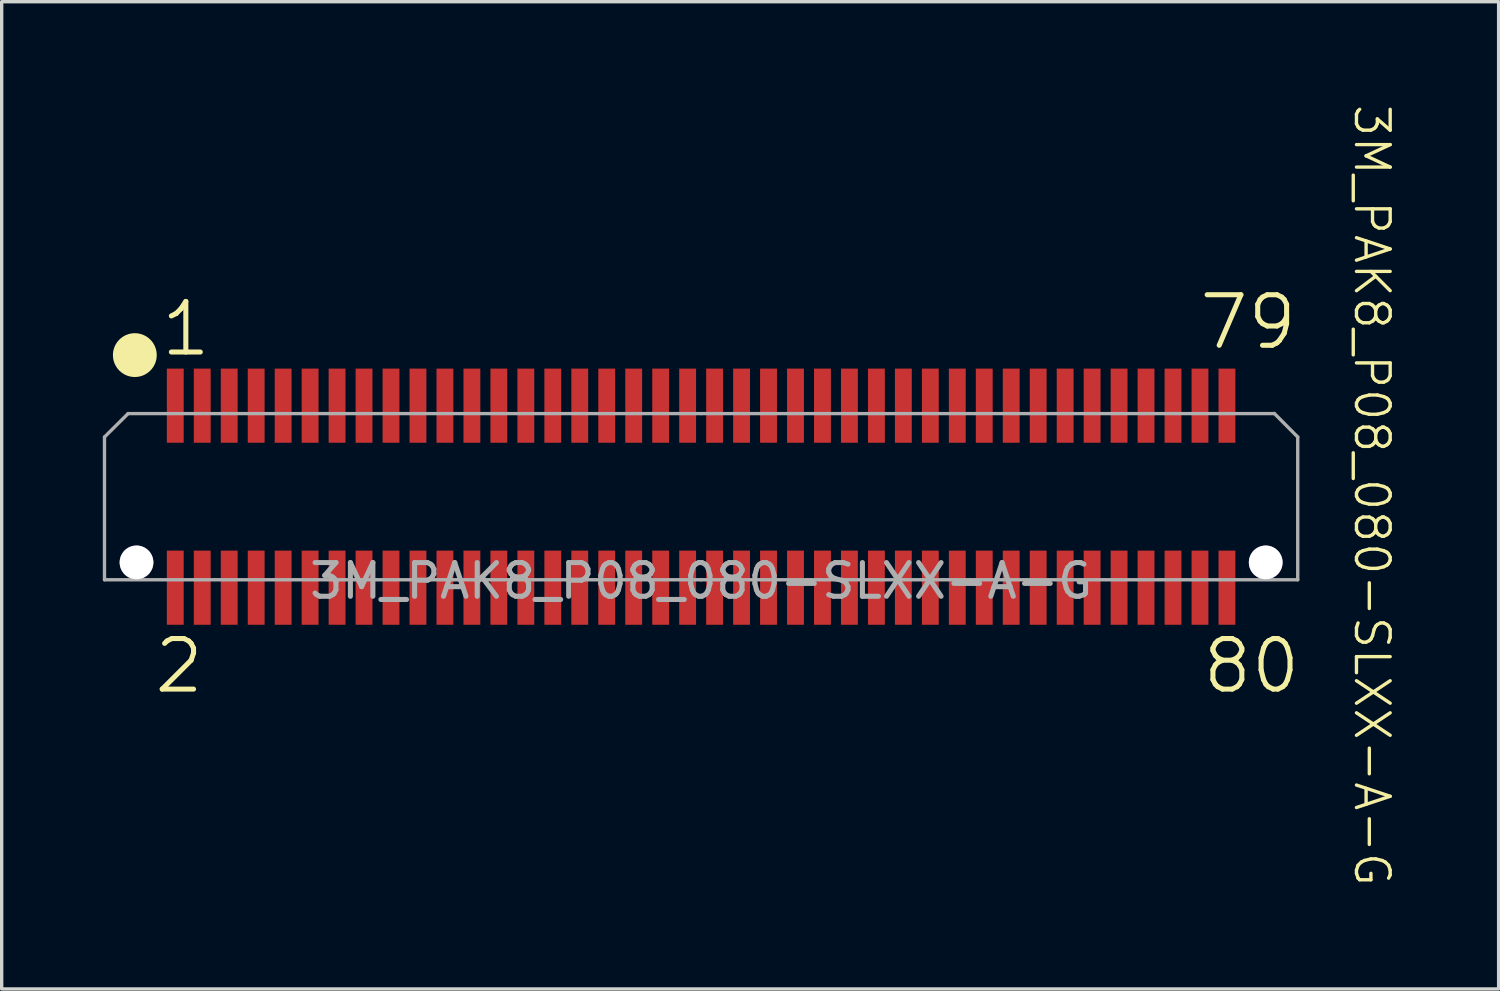
<source format=kicad_pcb>
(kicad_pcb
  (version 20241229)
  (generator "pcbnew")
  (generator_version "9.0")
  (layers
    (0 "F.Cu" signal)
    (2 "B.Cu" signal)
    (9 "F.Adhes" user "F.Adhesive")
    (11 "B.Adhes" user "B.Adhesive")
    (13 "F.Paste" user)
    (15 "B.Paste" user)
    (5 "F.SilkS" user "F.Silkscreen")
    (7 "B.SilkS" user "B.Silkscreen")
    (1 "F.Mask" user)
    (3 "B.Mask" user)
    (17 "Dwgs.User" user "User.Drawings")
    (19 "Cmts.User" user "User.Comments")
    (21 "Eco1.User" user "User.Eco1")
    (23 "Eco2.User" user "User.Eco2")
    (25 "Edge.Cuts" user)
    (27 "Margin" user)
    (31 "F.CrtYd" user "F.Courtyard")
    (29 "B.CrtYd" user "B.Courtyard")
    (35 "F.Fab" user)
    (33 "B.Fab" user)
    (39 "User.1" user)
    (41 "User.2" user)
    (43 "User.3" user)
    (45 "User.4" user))
  (footprint "3M_PAK8_P08_080-SLXX-A-G"
    (layer "F.Cu")
    (at 17.75 11.685)
    (property "Reference" "3M_PAK8_P08_080-SLXX-A-G" (at 19.9 -0.04 270) (unlocked yes) (layer "F.SilkS") (effects (font (size 1 1) (thickness 0.1))))
    (attr smd)
    (fp_circle (center -16.8 -4.2) (end -16.8 -3.6) (stroke (width 0.1) (type default)) (fill yes) (layer "F.SilkS"))
    (fp_line (start -17.7 -1.77) (end -17 -2.465) (stroke (width 0.1) (type default)) (layer "F.Fab"))
    (fp_line (start -17.7 2.465) (end -17.7 -1.77) (stroke (width 0.1) (type default)) (layer "F.Fab"))
    (fp_line (start 0 -2.465) (end -17 -2.465) (stroke (width 0.1) (type default)) (layer "F.Fab"))
    (fp_line (start 0 2.465) (end -17.7 2.465) (stroke (width 0.1) (type default)) (layer "F.Fab"))
    (fp_line (start 17 -2.465) (end 0 -2.465) (stroke (width 0.1) (type default)) (layer "F.Fab"))
    (fp_line (start 17.7 -1.77) (end 17.005 -2.47) (stroke (width 0.1) (type default)) (layer "F.Fab"))
    (fp_line (start 17.7 2.465) (end 0 2.465) (stroke (width 0.1) (type default)) (layer "F.Fab"))
    (fp_line (start 17.7 2.465) (end 17.7 -1.77) (stroke (width 0.1) (type default)) (layer "F.Fab"))
    (fp_text user "80" (at 14.8 5.9 0) (unlocked yes) (layer "F.SilkS") (effects (font (size 1.5 1.5) (thickness 0.15)) (justify left bottom)))
    (fp_text user "2" (at -16.3 5.9 0) (unlocked yes) (layer "F.SilkS") (effects (font (size 1.5 1.5) (thickness 0.15)) (justify left bottom)))
    (fp_text user "79" (at 14.7 -4.3 0) (unlocked yes) (layer "F.SilkS") (effects (font (size 1.5 1.5) (thickness 0.15)) (justify left bottom)))
    (fp_text user "1" (at -16.1 -4.1 0) (unlocked yes) (layer "F.SilkS") (effects (font (size 1.5 1.5) (thickness 0.15)) (justify left bottom)))
    (fp_text user "${REFERENCE}" (at 0 2.5 0) (unlocked yes) (layer "F.Fab") (effects (font (size 1 1) (thickness 0.15))))
    (pad "0" thru_hole circle (at -16.75 1.95) (size 1 1) (drill 1) (layers "*.Cu" "*.Mask"))
    (pad "0" thru_hole circle (at 16.75 1.95) (size 1 1) (drill 1) (layers "*.Cu" "*.Mask"))
    (pad "1" smd rect (at -15.6 -2.7) (size 0.5 2.2) (layers "F.Cu" "F.Mask" "F.Paste"))
    (pad "2" smd rect (at -15.6 2.7) (size 0.5 2.2) (layers "F.Cu" "F.Mask" "F.Paste"))
    (pad "3" smd rect (at -14.8 -2.7) (size 0.5 2.2) (layers "F.Cu" "F.Mask" "F.Paste"))
    (pad "4" smd rect (at -14.8 2.7) (size 0.5 2.2) (layers "F.Cu" "F.Mask" "F.Paste"))
    (pad "5" smd rect (at -14 -2.7) (size 0.5 2.2) (layers "F.Cu" "F.Mask" "F.Paste"))
    (pad "6" smd rect (at -14 2.7) (size 0.5 2.2) (layers "F.Cu" "F.Mask" "F.Paste"))
    (pad "7" smd rect (at -13.2 -2.7) (size 0.5 2.2) (layers "F.Cu" "F.Mask" "F.Paste"))
    (pad "8" smd rect (at -13.2 2.7) (size 0.5 2.2) (layers "F.Cu" "F.Mask" "F.Paste"))
    (pad "9" smd rect (at -12.4 -2.7) (size 0.5 2.2) (layers "F.Cu" "F.Mask" "F.Paste"))
    (pad "10" smd rect (at -12.4 2.7) (size 0.5 2.2) (layers "F.Cu" "F.Mask" "F.Paste"))
    (pad "11" smd rect (at -11.6 -2.7) (size 0.5 2.2) (layers "F.Cu" "F.Mask" "F.Paste"))
    (pad "12" smd rect (at -11.6 2.7) (size 0.5 2.2) (layers "F.Cu" "F.Mask" "F.Paste"))
    (pad "13" smd rect (at -10.8 -2.7) (size 0.5 2.2) (layers "F.Cu" "F.Mask" "F.Paste"))
    (pad "14" smd rect (at -10.8 2.7) (size 0.5 2.2) (layers "F.Cu" "F.Mask" "F.Paste"))
    (pad "15" smd rect (at -10 -2.7) (size 0.5 2.2) (layers "F.Cu" "F.Mask" "F.Paste"))
    (pad "16" smd rect (at -10 2.7) (size 0.5 2.2) (layers "F.Cu" "F.Mask" "F.Paste"))
    (pad "17" smd rect (at -9.2 -2.7) (size 0.5 2.2) (layers "F.Cu" "F.Mask" "F.Paste"))
    (pad "18" smd rect (at -9.2 2.7) (size 0.5 2.2) (layers "F.Cu" "F.Mask" "F.Paste"))
    (pad "19" smd rect (at -8.4 -2.7) (size 0.5 2.2) (layers "F.Cu" "F.Mask" "F.Paste"))
    (pad "20" smd rect (at -8.4 2.7) (size 0.5 2.2) (layers "F.Cu" "F.Mask" "F.Paste"))
    (pad "21" smd rect (at -7.6 -2.7) (size 0.5 2.2) (layers "F.Cu" "F.Mask" "F.Paste"))
    (pad "22" smd rect (at -7.6 2.7) (size 0.5 2.2) (layers "F.Cu" "F.Mask" "F.Paste"))
    (pad "23" smd rect (at -6.8 -2.7) (size 0.5 2.2) (layers "F.Cu" "F.Mask" "F.Paste"))
    (pad "24" smd rect (at -6.8 2.7) (size 0.5 2.2) (layers "F.Cu" "F.Mask" "F.Paste"))
    (pad "25" smd rect (at -6 -2.7) (size 0.5 2.2) (layers "F.Cu" "F.Mask" "F.Paste"))
    (pad "26" smd rect (at -6 2.7) (size 0.5 2.2) (layers "F.Cu" "F.Mask" "F.Paste"))
    (pad "27" smd rect (at -5.2 -2.7) (size 0.5 2.2) (layers "F.Cu" "F.Mask" "F.Paste"))
    (pad "28" smd rect (at -5.2 2.7) (size 0.5 2.2) (layers "F.Cu" "F.Mask" "F.Paste"))
    (pad "29" smd rect (at -4.4 -2.7) (size 0.5 2.2) (layers "F.Cu" "F.Mask" "F.Paste"))
    (pad "30" smd rect (at -4.4 2.7) (size 0.5 2.2) (layers "F.Cu" "F.Mask" "F.Paste"))
    (pad "31" smd rect (at -3.6 -2.7) (size 0.5 2.2) (layers "F.Cu" "F.Mask" "F.Paste"))
    (pad "32" smd rect (at -3.6 2.7) (size 0.5 2.2) (layers "F.Cu" "F.Mask" "F.Paste"))
    (pad "33" smd rect (at -2.8 -2.7) (size 0.5 2.2) (layers "F.Cu" "F.Mask" "F.Paste"))
    (pad "34" smd rect (at -2.8 2.7) (size 0.5 2.2) (layers "F.Cu" "F.Mask" "F.Paste"))
    (pad "35" smd rect (at -2 -2.7) (size 0.5 2.2) (layers "F.Cu" "F.Mask" "F.Paste"))
    (pad "36" smd rect (at -2 2.7) (size 0.5 2.2) (layers "F.Cu" "F.Mask" "F.Paste"))
    (pad "37" smd rect (at -1.2 -2.7) (size 0.5 2.2) (layers "F.Cu" "F.Mask" "F.Paste"))
    (pad "38" smd rect (at -1.2 2.7) (size 0.5 2.2) (layers "F.Cu" "F.Mask" "F.Paste"))
    (pad "39" smd rect (at -0.4 -2.7) (size 0.5 2.2) (layers "F.Cu" "F.Mask" "F.Paste"))
    (pad "40" smd rect (at -0.4 2.7) (size 0.5 2.2) (layers "F.Cu" "F.Mask" "F.Paste"))
    (pad "41" smd rect (at 0.4 -2.7) (size 0.5 2.2) (layers "F.Cu" "F.Mask" "F.Paste"))
    (pad "42" smd rect (at 0.4 2.7) (size 0.5 2.2) (layers "F.Cu" "F.Mask" "F.Paste"))
    (pad "43" smd rect (at 1.2 -2.7) (size 0.5 2.2) (layers "F.Cu" "F.Mask" "F.Paste"))
    (pad "44" smd rect (at 1.2 2.7) (size 0.5 2.2) (layers "F.Cu" "F.Mask" "F.Paste"))
    (pad "45" smd rect (at 2 -2.7) (size 0.5 2.2) (layers "F.Cu" "F.Mask" "F.Paste"))
    (pad "46" smd rect (at 2 2.7) (size 0.5 2.2) (layers "F.Cu" "F.Mask" "F.Paste"))
    (pad "47" smd rect (at 2.8 -2.7) (size 0.5 2.2) (layers "F.Cu" "F.Mask" "F.Paste"))
    (pad "48" smd rect (at 2.8 2.7) (size 0.5 2.2) (layers "F.Cu" "F.Mask" "F.Paste"))
    (pad "49" smd rect (at 3.6 -2.7) (size 0.5 2.2) (layers "F.Cu" "F.Mask" "F.Paste"))
    (pad "50" smd rect (at 3.6 2.7) (size 0.5 2.2) (layers "F.Cu" "F.Mask" "F.Paste"))
    (pad "51" smd rect (at 4.4 -2.7) (size 0.5 2.2) (layers "F.Cu" "F.Mask" "F.Paste"))
    (pad "52" smd rect (at 4.4 2.7) (size 0.5 2.2) (layers "F.Cu" "F.Mask" "F.Paste"))
    (pad "53" smd rect (at 5.2 -2.7) (size 0.5 2.2) (layers "F.Cu" "F.Mask" "F.Paste"))
    (pad "54" smd rect (at 5.2 2.7) (size 0.5 2.2) (layers "F.Cu" "F.Mask" "F.Paste"))
    (pad "55" smd rect (at 6 -2.7) (size 0.5 2.2) (layers "F.Cu" "F.Mask" "F.Paste"))
    (pad "56" smd rect (at 6 2.7) (size 0.5 2.2) (layers "F.Cu" "F.Mask" "F.Paste"))
    (pad "57" smd rect (at 6.8 -2.7) (size 0.5 2.2) (layers "F.Cu" "F.Mask" "F.Paste"))
    (pad "58" smd rect (at 6.8 2.7) (size 0.5 2.2) (layers "F.Cu" "F.Mask" "F.Paste"))
    (pad "59" smd rect (at 7.6 -2.7) (size 0.5 2.2) (layers "F.Cu" "F.Mask" "F.Paste"))
    (pad "60" smd rect (at 7.6 2.7) (size 0.5 2.2) (layers "F.Cu" "F.Mask" "F.Paste"))
    (pad "61" smd rect (at 8.4 -2.7) (size 0.5 2.2) (layers "F.Cu" "F.Mask" "F.Paste"))
    (pad "62" smd rect (at 8.4 2.7) (size 0.5 2.2) (layers "F.Cu" "F.Mask" "F.Paste"))
    (pad "63" smd rect (at 9.2 -2.7) (size 0.5 2.2) (layers "F.Cu" "F.Mask" "F.Paste"))
    (pad "64" smd rect (at 9.2 2.7) (size 0.5 2.2) (layers "F.Cu" "F.Mask" "F.Paste"))
    (pad "65" smd rect (at 10 -2.7) (size 0.5 2.2) (layers "F.Cu" "F.Mask" "F.Paste"))
    (pad "66" smd rect (at 10 2.7) (size 0.5 2.2) (layers "F.Cu" "F.Mask" "F.Paste"))
    (pad "67" smd rect (at 10.8 -2.7) (size 0.5 2.2) (layers "F.Cu" "F.Mask" "F.Paste"))
    (pad "68" smd rect (at 10.8 2.7) (size 0.5 2.2) (layers "F.Cu" "F.Mask" "F.Paste"))
    (pad "69" smd rect (at 11.6 -2.7) (size 0.5 2.2) (layers "F.Cu" "F.Mask" "F.Paste"))
    (pad "70" smd rect (at 11.6 2.7) (size 0.5 2.2) (layers "F.Cu" "F.Mask" "F.Paste"))
    (pad "71" smd rect (at 12.4 -2.7) (size 0.5 2.2) (layers "F.Cu" "F.Mask" "F.Paste"))
    (pad "72" smd rect (at 12.4 2.7) (size 0.5 2.2) (layers "F.Cu" "F.Mask" "F.Paste"))
    (pad "73" smd rect (at 13.2 -2.7) (size 0.5 2.2) (layers "F.Cu" "F.Mask" "F.Paste"))
    (pad "74" smd rect (at 13.2 2.7) (size 0.5 2.2) (layers "F.Cu" "F.Mask" "F.Paste"))
    (pad "75" smd rect (at 14 -2.7) (size 0.5 2.2) (layers "F.Cu" "F.Mask" "F.Paste"))
    (pad "76" smd rect (at 14 2.7) (size 0.5 2.2) (layers "F.Cu" "F.Mask" "F.Paste"))
    (pad "77" smd rect (at 14.8 -2.7) (size 0.5 2.2) (layers "F.Cu" "F.Mask" "F.Paste"))
    (pad "78" smd rect (at 14.8 2.7) (size 0.5 2.2) (layers "F.Cu" "F.Mask" "F.Paste"))
    (pad "79" smd rect (at 15.6 -2.7) (size 0.5 2.2) (layers "F.Cu" "F.Mask" "F.Paste"))
    (pad "80" smd rect (at 15.6 2.7) (size 0.5 2.2) (layers "F.Cu" "F.Mask" "F.Paste")))
  (gr_rect
    (start -3 -3)
    (end 41.41 26.29)
    (stroke (width 0.1) (type default))
    (fill no)
    (layer "Edge.Cuts")))
</source>
